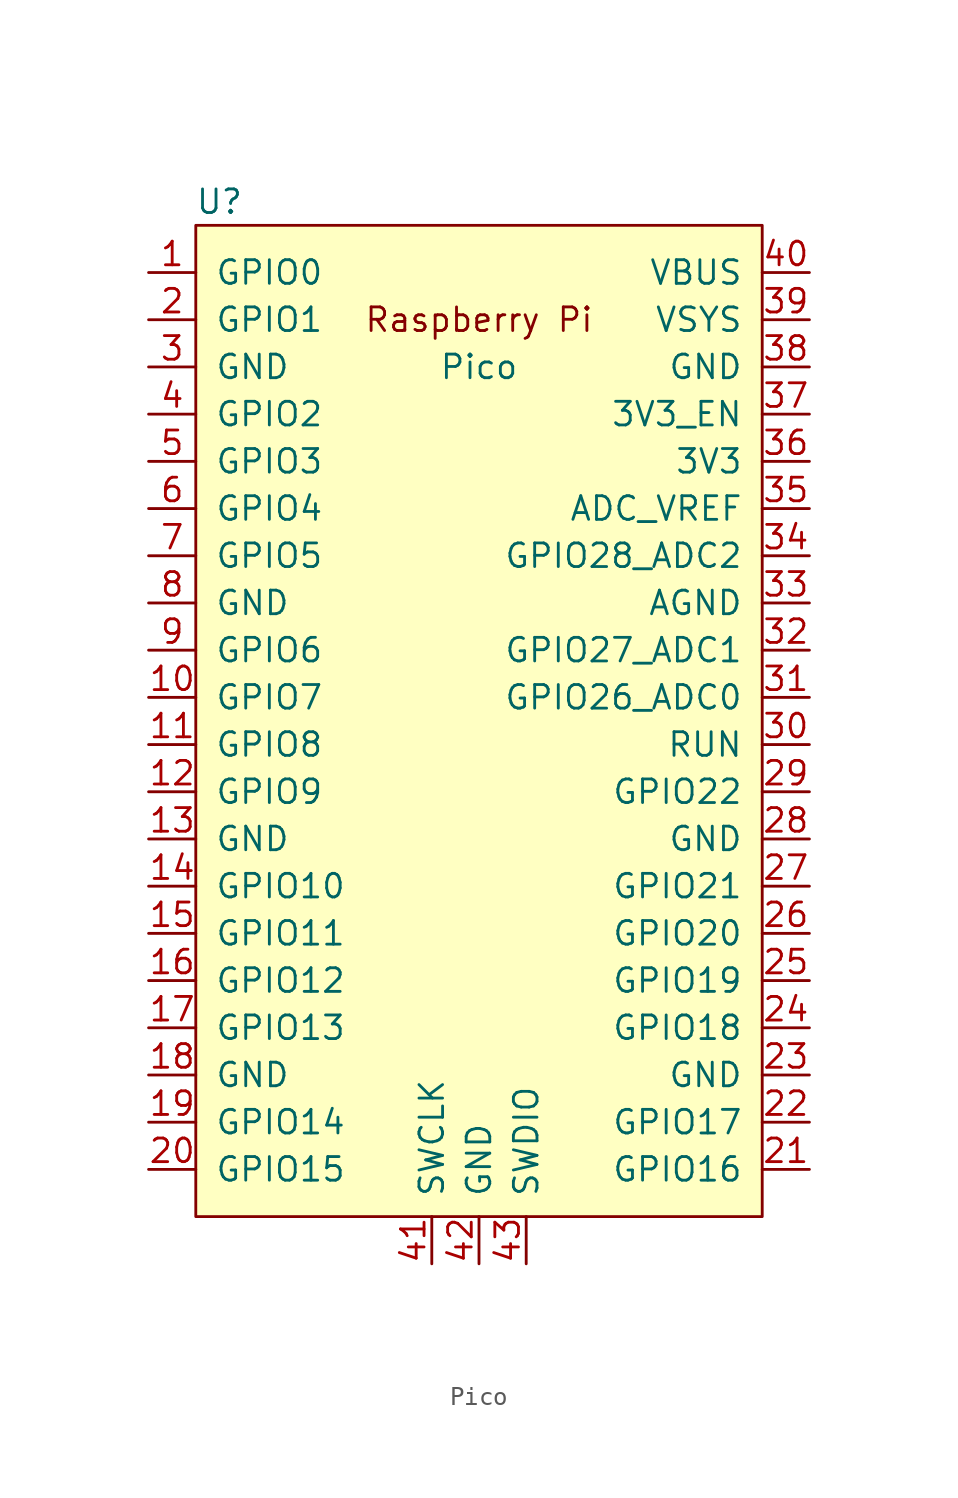
<source format=kicad_sym>
(kicad_symbol_lib
  (version 20220914)
  (generator kicad_symbol_editor)
  (symbol "Pico"
    (pin_names
      (offset 1.016))
    (property "Reference" "U"
      (at -13.97 27.94 0)
      (effects (font (size 1.27 1.27))))
    (property "Value" "Pico"
      (at 0 19.05 0)
      (effects (font (size 1.27 1.27))))
    (symbol "Pico_0_0"
      (text "Raspberry Pi" (at 0 21.59 0) (effects (font (size 1.27 1.27)))))
    (symbol "Pico_0_1"
      (rectangle (start -15.24 26.67) (end 15.24 -26.67) (stroke (width 0) (type solid)) (fill (type background))))
    (symbol "Pico_1_1"
      (pin bidirectional line (at -17.78 24.13 0) (length 2.54) (name "GPIO0" (effects (font (size 1.27 1.27)))) (number "1" (effects (font (size 1.27 1.27)))))
      (pin bidirectional line (at -17.78 1.27 0) (length 2.54) (name "GPIO7" (effects (font (size 1.27 1.27)))) (number "10" (effects (font (size 1.27 1.27)))))
      (pin bidirectional line (at -17.78 -1.27 0) (length 2.54) (name "GPIO8" (effects (font (size 1.27 1.27)))) (number "11" (effects (font (size 1.27 1.27)))))
      (pin bidirectional line (at -17.78 -3.81 0) (length 2.54) (name "GPIO9" (effects (font (size 1.27 1.27)))) (number "12" (effects (font (size 1.27 1.27)))))
      (pin power_in line (at -17.78 -6.35 0) (length 2.54) (name "GND" (effects (font (size 1.27 1.27)))) (number "13" (effects (font (size 1.27 1.27)))))
      (pin bidirectional line (at -17.78 -8.89 0) (length 2.54) (name "GPIO10" (effects (font (size 1.27 1.27)))) (number "14" (effects (font (size 1.27 1.27)))))
      (pin bidirectional line (at -17.78 -11.43 0) (length 2.54) (name "GPIO11" (effects (font (size 1.27 1.27)))) (number "15" (effects (font (size 1.27 1.27)))))
      (pin bidirectional line (at -17.78 -13.97 0) (length 2.54) (name "GPIO12" (effects (font (size 1.27 1.27)))) (number "16" (effects (font (size 1.27 1.27)))))
      (pin bidirectional line (at -17.78 -16.51 0) (length 2.54) (name "GPIO13" (effects (font (size 1.27 1.27)))) (number "17" (effects (font (size 1.27 1.27)))))
      (pin power_in line (at -17.78 -19.05 0) (length 2.54) (name "GND" (effects (font (size 1.27 1.27)))) (number "18" (effects (font (size 1.27 1.27)))))
      (pin bidirectional line (at -17.78 -21.59 0) (length 2.54) (name "GPIO14" (effects (font (size 1.27 1.27)))) (number "19" (effects (font (size 1.27 1.27)))))
      (pin bidirectional line (at -17.78 21.59 0) (length 2.54) (name "GPIO1" (effects (font (size 1.27 1.27)))) (number "2" (effects (font (size 1.27 1.27)))))
      (pin bidirectional line (at -17.78 -24.13 0) (length 2.54) (name "GPIO15" (effects (font (size 1.27 1.27)))) (number "20" (effects (font (size 1.27 1.27)))))
      (pin bidirectional line (at 17.78 -24.13 180) (length 2.54) (name "GPIO16" (effects (font (size 1.27 1.27)))) (number "21" (effects (font (size 1.27 1.27)))))
      (pin bidirectional line (at 17.78 -21.59 180) (length 2.54) (name "GPIO17" (effects (font (size 1.27 1.27)))) (number "22" (effects (font (size 1.27 1.27)))))
      (pin power_in line (at 17.78 -19.05 180) (length 2.54) (name "GND" (effects (font (size 1.27 1.27)))) (number "23" (effects (font (size 1.27 1.27)))))
      (pin bidirectional line (at 17.78 -16.51 180) (length 2.54) (name "GPIO18" (effects (font (size 1.27 1.27)))) (number "24" (effects (font (size 1.27 1.27)))))
      (pin bidirectional line (at 17.78 -13.97 180) (length 2.54) (name "GPIO19" (effects (font (size 1.27 1.27)))) (number "25" (effects (font (size 1.27 1.27)))))
      (pin bidirectional line (at 17.78 -11.43 180) (length 2.54) (name "GPIO20" (effects (font (size 1.27 1.27)))) (number "26" (effects (font (size 1.27 1.27)))))
      (pin bidirectional line (at 17.78 -8.89 180) (length 2.54) (name "GPIO21" (effects (font (size 1.27 1.27)))) (number "27" (effects (font (size 1.27 1.27)))))
      (pin power_in line (at 17.78 -6.35 180) (length 2.54) (name "GND" (effects (font (size 1.27 1.27)))) (number "28" (effects (font (size 1.27 1.27)))))
      (pin bidirectional line (at 17.78 -3.81 180) (length 2.54) (name "GPIO22" (effects (font (size 1.27 1.27)))) (number "29" (effects (font (size 1.27 1.27)))))
      (pin power_in line (at -17.78 19.05 0) (length 2.54) (name "GND" (effects (font (size 1.27 1.27)))) (number "3" (effects (font (size 1.27 1.27)))))
      (pin input line (at 17.78 -1.27 180) (length 2.54) (name "RUN" (effects (font (size 1.27 1.27)))) (number "30" (effects (font (size 1.27 1.27)))))
      (pin bidirectional line (at 17.78 1.27 180) (length 2.54) (name "GPIO26_ADC0" (effects (font (size 1.27 1.27)))) (number "31" (effects (font (size 1.27 1.27)))))
      (pin bidirectional line (at 17.78 3.81 180) (length 2.54) (name "GPIO27_ADC1" (effects (font (size 1.27 1.27)))) (number "32" (effects (font (size 1.27 1.27)))))
      (pin power_in line (at 17.78 6.35 180) (length 2.54) (name "AGND" (effects (font (size 1.27 1.27)))) (number "33" (effects (font (size 1.27 1.27)))))
      (pin bidirectional line (at 17.78 8.89 180) (length 2.54) (name "GPIO28_ADC2" (effects (font (size 1.27 1.27)))) (number "34" (effects (font (size 1.27 1.27)))))
      (pin unspecified line (at 17.78 11.43 180) (length 2.54) (name "ADC_VREF" (effects (font (size 1.27 1.27)))) (number "35" (effects (font (size 1.27 1.27)))))
      (pin power_out line (at 17.78 13.97 180) (length 2.54) (name "3V3" (effects (font (size 1.27 1.27)))) (number "36" (effects (font (size 1.27 1.27)))))
      (pin input line (at 17.78 16.51 180) (length 2.54) (name "3V3_EN" (effects (font (size 1.27 1.27)))) (number "37" (effects (font (size 1.27 1.27)))))
      (pin power_out line (at 17.78 19.05 180) (length 2.54) (name "GND" (effects (font (size 1.27 1.27)))) (number "38" (effects (font (size 1.27 1.27)))))
      (pin power_out line (at 17.78 21.59 180) (length 2.54) (name "VSYS" (effects (font (size 1.27 1.27)))) (number "39" (effects (font (size 1.27 1.27)))))
      (pin bidirectional line (at -17.78 16.51 0) (length 2.54) (name "GPIO2" (effects (font (size 1.27 1.27)))) (number "4" (effects (font (size 1.27 1.27)))))
      (pin power_out line (at 17.78 24.13 180) (length 2.54) (name "VBUS" (effects (font (size 1.27 1.27)))) (number "40" (effects (font (size 1.27 1.27)))))
      (pin input line (at -2.54 -29.21 90) (length 2.54) (name "SWCLK" (effects (font (size 1.27 1.27)))) (number "41" (effects (font (size 1.27 1.27)))))
      (pin power_in line (at 0 -29.21 90) (length 2.54) (name "GND" (effects (font (size 1.27 1.27)))) (number "42" (effects (font (size 1.27 1.27)))))
      (pin bidirectional line (at 2.54 -29.21 90) (length 2.54) (name "SWDIO" (effects (font (size 1.27 1.27)))) (number "43" (effects (font (size 1.27 1.27)))))
      (pin bidirectional line (at -17.78 13.97 0) (length 2.54) (name "GPIO3" (effects (font (size 1.27 1.27)))) (number "5" (effects (font (size 1.27 1.27)))))
      (pin bidirectional line (at -17.78 11.43 0) (length 2.54) (name "GPIO4" (effects (font (size 1.27 1.27)))) (number "6" (effects (font (size 1.27 1.27)))))
      (pin bidirectional line (at -17.78 8.89 0) (length 2.54) (name "GPIO5" (effects (font (size 1.27 1.27)))) (number "7" (effects (font (size 1.27 1.27)))))
      (pin power_in line (at -17.78 6.35 0) (length 2.54) (name "GND" (effects (font (size 1.27 1.27)))) (number "8" (effects (font (size 1.27 1.27)))))
      (pin bidirectional line (at -17.78 3.81 0) (length 2.54) (name "GPIO6" (effects (font (size 1.27 1.27)))) (number "9" (effects (font (size 1.27 1.27))))))))
</source>
